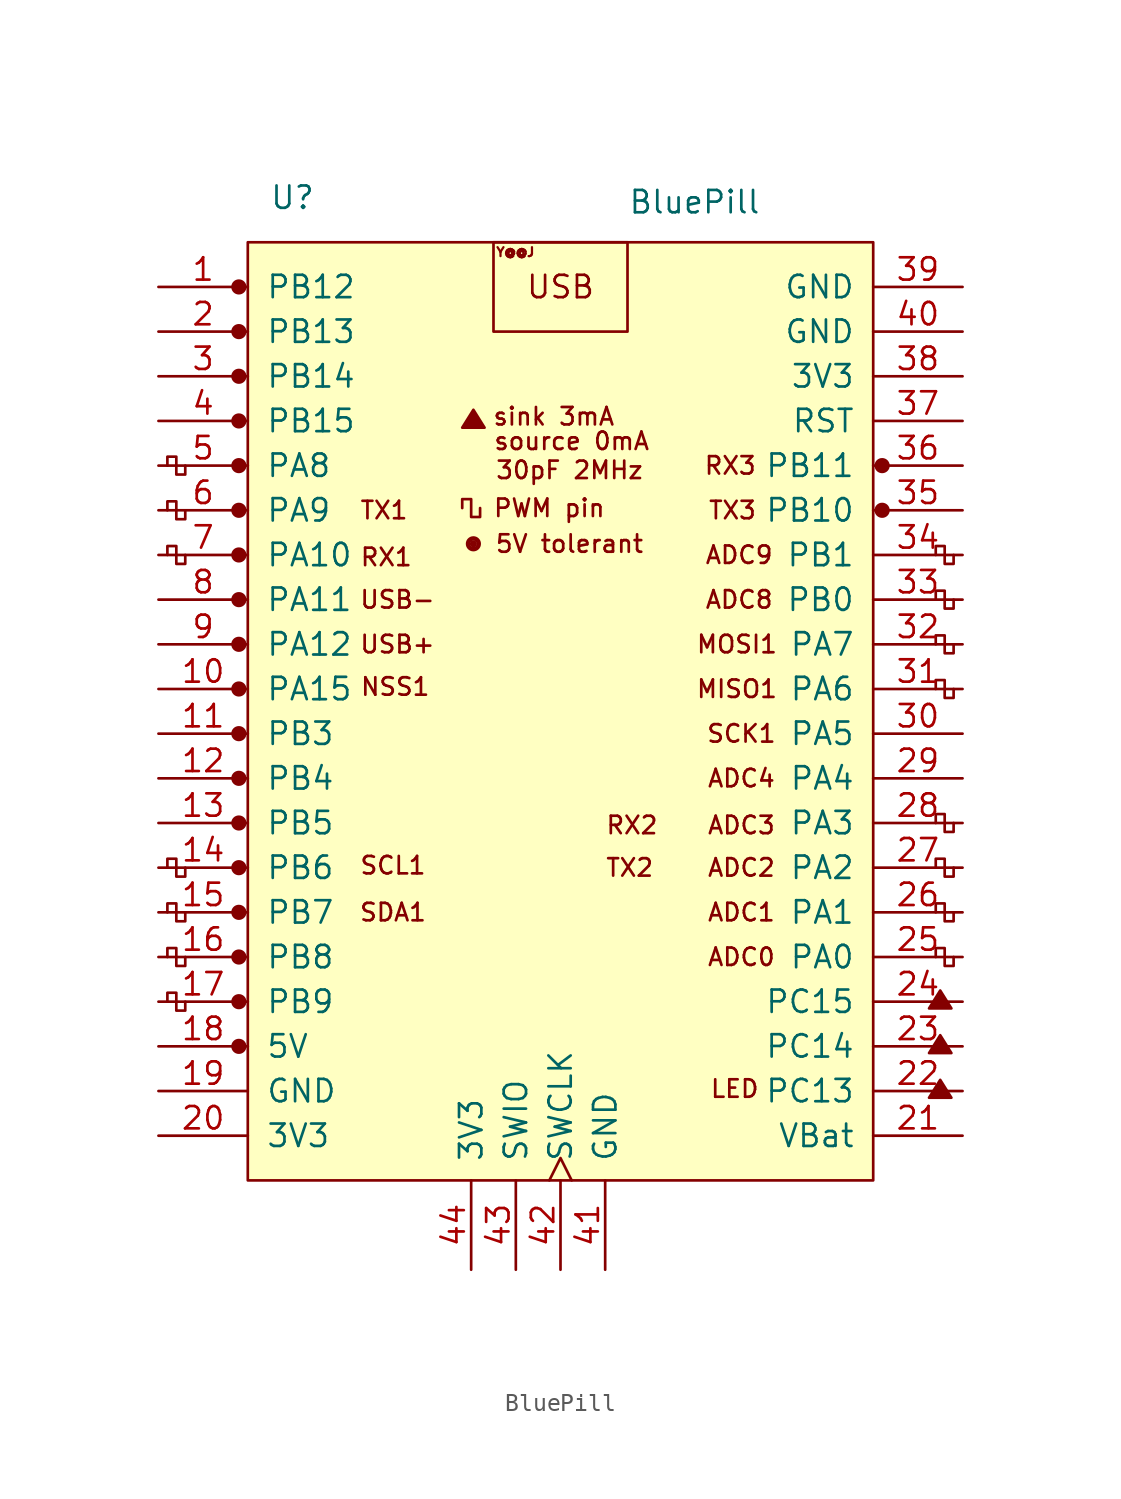
<source format=kicad_sym>
(kicad_symbol_lib
  (version 20241209)
  (generator "kicad_symbol_editor")
  (generator_version "9.0")
  (symbol "BluePill"
    (pin_names
      (offset 1.016))
    (property "Reference" "U"
      (at -15.24 27.94 0)
      (effects (font (size 1.27 1.27))))
    (property "Value" "BluePill"
      (at 7.62 27.686 0)
      (effects (font (size 1.27 1.27))))
    (symbol "BluePill_0_0"
      (circle (center -18.288 22.86) (radius 0.356) (stroke (width 0) (type solid)) (fill (type outline)))
      (circle (center -18.288 17.78) (radius 0.356) (stroke (width 0) (type solid)) (fill (type outline)))
      (circle (center -18.288 15.24) (radius 0.356) (stroke (width 0) (type solid)) (fill (type outline)))
      (circle (center -18.288 12.7) (radius 0.356) (stroke (width 0) (type solid)) (fill (type outline)))
      (circle (center -18.288 10.16) (radius 0.356) (stroke (width 0) (type solid)) (fill (type outline)))
      (circle (center -18.288 7.62) (radius 0.356) (stroke (width 0) (type solid)) (fill (type outline)))
      (circle (center -18.288 5.08) (radius 0.356) (stroke (width 0) (type solid)) (fill (type outline)))
      (circle (center -18.288 2.54) (radius 0.356) (stroke (width 0) (type solid)) (fill (type outline)))
      (circle (center -18.288 0) (radius 0.356) (stroke (width 0) (type solid)) (fill (type outline)))
      (circle (center -18.288 -2.54) (radius 0.356) (stroke (width 0) (type solid)) (fill (type outline)))
      (circle (center -18.288 -5.08) (radius 0.356) (stroke (width 0) (type solid)) (fill (type outline)))
      (circle (center -18.288 -7.62) (radius 0.356) (stroke (width 0) (type solid)) (fill (type outline)))
      (circle (center -18.288 -10.16) (radius 0.356) (stroke (width 0) (type solid)) (fill (type outline)))
      (circle (center -18.288 -12.7) (radius 0.356) (stroke (width 0) (type solid)) (fill (type outline)))
      (circle (center -18.288 -15.24) (radius 0.356) (stroke (width 0) (type solid)) (fill (type outline)))
      (circle (center -18.288 -17.78) (radius 0.356) (stroke (width 0) (type solid)) (fill (type outline)))
      (circle (center -18.288 -20.32) (radius 0.356) (stroke (width 0) (type solid)) (fill (type outline)))
      (polyline (pts (xy -5.588 14.859) (xy -4.953 15.875) (xy -4.318 14.859) (xy -5.588 14.859) (xy -4.953 15.748) (xy -4.445 14.859) (xy -5.461 14.986) (xy -4.953 15.621) (xy -4.572 14.859) (xy -5.334 15.113) (xy -4.826 15.494) (xy -4.699 14.859) (xy -5.207 15.24) (xy -4.699 15.367) (xy -4.826 14.986) (xy -5.08 15.24) (xy -4.826 15.113) (xy -4.953 15.367)) (stroke (width 0) (type solid)) (fill (type none)))
      (circle (center -4.953 8.255) (radius 0.127) (stroke (width 0) (type solid)) (fill (type outline)))
      (circle (center -4.953 8.255) (radius 0.254) (stroke (width 0) (type solid)) (fill (type none)))
      (circle (center -4.953 8.255) (radius 0.356) (stroke (width 0) (type solid)) (fill (type none)))
      (circle (center 18.288 12.7) (radius 0.254) (stroke (width 0) (type solid)) (fill (type outline)))
      (circle (center 18.288 12.7) (radius 0.356) (stroke (width 0) (type solid)) (fill (type none)))
      (circle (center 18.288 10.16) (radius 0.254) (stroke (width 0) (type solid)) (fill (type outline)))
      (circle (center 18.288 10.16) (radius 0.356) (stroke (width 0) (type solid)) (fill (type none)))
      (polyline (pts (xy 20.955 -18.161) (xy 21.59 -17.145) (xy 22.225 -18.161) (xy 20.955 -18.161) (xy 21.59 -17.272) (xy 22.098 -18.161) (xy 21.082 -18.034) (xy 21.59 -17.399) (xy 21.971 -18.161) (xy 21.209 -17.907) (xy 21.717 -17.526) (xy 21.844 -18.161) (xy 21.336 -17.78) (xy 21.844 -17.653) (xy 21.717 -18.034) (xy 21.463 -17.78) (xy 21.717 -17.907) (xy 21.59 -17.653)) (stroke (width 0) (type solid)) (fill (type none)))
      (polyline (pts (xy 20.955 -20.701) (xy 21.59 -19.685) (xy 22.225 -20.701) (xy 20.955 -20.701) (xy 21.59 -19.812) (xy 22.098 -20.701) (xy 21.082 -20.574) (xy 21.59 -19.939) (xy 21.971 -20.701) (xy 21.209 -20.447) (xy 21.717 -20.066) (xy 21.844 -20.701) (xy 21.336 -20.32) (xy 21.844 -20.193) (xy 21.717 -20.574) (xy 21.463 -20.32) (xy 21.717 -20.447) (xy 21.59 -20.193)) (stroke (width 0) (type solid)) (fill (type none)))
      (polyline (pts (xy 20.955 -23.241) (xy 21.59 -22.225) (xy 22.225 -23.241) (xy 20.955 -23.241) (xy 21.59 -22.352) (xy 22.098 -23.241) (xy 21.082 -23.114) (xy 21.59 -22.479) (xy 21.971 -23.241) (xy 21.209 -22.987) (xy 21.717 -22.606) (xy 21.844 -23.241) (xy 21.336 -22.86) (xy 21.844 -22.733) (xy 21.717 -23.114) (xy 21.463 -22.86) (xy 21.717 -22.987) (xy 21.59 -22.733)) (stroke (width 0) (type solid)) (fill (type none)))
      (text "TX1" (at -10.033 10.16 0) (effects (font (size 0.991 0.991))))
      (text "RX1" (at -9.906 7.493 0) (effects (font (size 0.991 0.991))))
      (text "SCL1" (at -9.525 -10.033 0) (effects (font (size 0.991 0.991))))
      (text "SDA1" (at -9.525 -12.7 0) (effects (font (size 0.991 0.991))))
      (text "NSS1" (at -9.398 0.127 0) (effects (font (size 0.991 0.991))))
      (text "USB-" (at -9.271 5.08 0) (effects (font (size 0.991 0.991))))
      (text "USB+" (at -9.271 2.54 0) (effects (font (size 0.991 0.991))))
      (text "Y@@J" (at -2.565 24.841 0) (effects (font (size 0.508 0.508))))
      (text "PWM pin" (at -0.635 10.287 0) (effects (font (size 0.991 0.991))))
      (text "sink 3mA" (at -0.381 15.494 0) (effects (font (size 0.991 0.991))))
      (text "USB" (at 0 22.86 0) (effects (font (size 1.27 1.27))))
      (text "30pF 2MHz" (at 0.508 12.446 0) (effects (font (size 0.991 0.991))))
      (text "5V tolerant" (at 0.508 8.255 0) (effects (font (size 0.991 0.991))))
      (text "source 0mA" (at 0.635 14.097 0) (effects (font (size 0.991 0.991))))
      (text "TX2" (at 3.937 -10.16 0) (effects (font (size 0.991 0.991))))
      (text "RX2" (at 4.064 -7.747 0) (effects (font (size 0.991 0.991))))
      (text "RX3" (at 9.652 12.7 0) (effects (font (size 0.991 0.991))))
      (text "TX3" (at 9.779 10.16 0) (effects (font (size 0.991 0.991))))
      (text "LED" (at 9.906 -22.733 0) (effects (font (size 0.991 0.991))))
      (text "MOSI1" (at 10.033 2.54 0) (effects (font (size 0.991 0.991))))
      (text "MISO1" (at 10.033 0 0) (effects (font (size 0.991 0.991))))
      (text "ADC9" (at 10.16 7.62 0) (effects (font (size 0.991 0.991))))
      (text "ADC8" (at 10.16 5.08 0) (effects (font (size 0.991 0.991))))
      (text "SCK1" (at 10.287 -2.54 0) (effects (font (size 0.991 0.991))))
      (text "ADC4" (at 10.287 -5.08 0) (effects (font (size 0.991 0.991))))
      (text "ADC3" (at 10.287 -7.747 0) (effects (font (size 0.991 0.991))))
      (text "ADC2" (at 10.287 -10.16 0) (effects (font (size 0.991 0.991))))
      (text "ADC1" (at 10.287 -12.7 0) (effects (font (size 0.991 0.991))))
      (text "ADC0" (at 10.287 -15.24 0) (effects (font (size 0.991 0.991)))))
    (symbol "BluePill_0_1"
      (polyline (pts (xy -21.336 12.7) (xy -21.336 12.192) (xy -21.844 12.192) (xy -21.844 13.208) (xy -22.352 13.208) (xy -22.352 12.7)) (stroke (width 0) (type solid)) (fill (type none)))
      (polyline (pts (xy -21.336 10.16) (xy -21.336 9.652) (xy -21.844 9.652) (xy -21.844 10.668) (xy -22.352 10.668) (xy -22.352 10.16)) (stroke (width 0) (type solid)) (fill (type none)))
      (polyline (pts (xy -21.336 7.62) (xy -21.336 7.112) (xy -21.844 7.112) (xy -21.844 8.128) (xy -22.352 8.128) (xy -22.352 7.62)) (stroke (width 0) (type solid)) (fill (type none)))
      (polyline (pts (xy -21.336 -10.16) (xy -21.336 -10.668) (xy -21.844 -10.668) (xy -21.844 -9.652) (xy -22.352 -9.652) (xy -22.352 -10.16)) (stroke (width 0) (type solid)) (fill (type none)))
      (polyline (pts (xy -21.336 -12.7) (xy -21.336 -13.208) (xy -21.844 -13.208) (xy -21.844 -12.192) (xy -22.352 -12.192) (xy -22.352 -12.7)) (stroke (width 0) (type solid)) (fill (type none)))
      (polyline (pts (xy -21.336 -15.24) (xy -21.336 -15.748) (xy -21.844 -15.748) (xy -21.844 -14.732) (xy -22.352 -14.732) (xy -22.352 -15.24)) (stroke (width 0) (type solid)) (fill (type none)))
      (polyline (pts (xy -21.336 -17.78) (xy -21.336 -18.288) (xy -21.844 -18.288) (xy -21.844 -17.272) (xy -22.352 -17.272) (xy -22.352 -17.78)) (stroke (width 0) (type solid)) (fill (type none)))
      (rectangle (start -17.78 25.4) (end 17.78 -27.94) (stroke (width 0) (type solid)) (fill (type background)))
      (polyline (pts (xy -4.572 10.287) (xy -4.572 9.779) (xy -5.08 9.779) (xy -5.08 10.795) (xy -5.588 10.795) (xy -5.588 10.287)) (stroke (width 0) (type solid)) (fill (type none)))
      (rectangle (start 3.81 25.4) (end -3.81 20.32) (stroke (width 0) (type solid)) (fill (type none)))
      (polyline (pts (xy 22.352 7.62) (xy 22.352 7.112) (xy 21.844 7.112) (xy 21.844 8.128) (xy 21.336 8.128) (xy 21.336 7.62)) (stroke (width 0) (type solid)) (fill (type none)))
      (polyline (pts (xy 22.352 5.08) (xy 22.352 4.572) (xy 21.844 4.572) (xy 21.844 5.588) (xy 21.336 5.588) (xy 21.336 5.08)) (stroke (width 0) (type solid)) (fill (type none)))
      (polyline (pts (xy 22.352 2.54) (xy 22.352 2.032) (xy 21.844 2.032) (xy 21.844 3.048) (xy 21.336 3.048) (xy 21.336 2.54)) (stroke (width 0) (type solid)) (fill (type none)))
      (polyline (pts (xy 22.352 0) (xy 22.352 -0.508) (xy 21.844 -0.508) (xy 21.844 0.508) (xy 21.336 0.508) (xy 21.336 0)) (stroke (width 0) (type solid)) (fill (type none)))
      (polyline (pts (xy 22.352 -7.62) (xy 22.352 -8.128) (xy 21.844 -8.128) (xy 21.844 -7.112) (xy 21.336 -7.112) (xy 21.336 -7.62)) (stroke (width 0) (type solid)) (fill (type none)))
      (polyline (pts (xy 22.352 -10.16) (xy 22.352 -10.668) (xy 21.844 -10.668) (xy 21.844 -9.652) (xy 21.336 -9.652) (xy 21.336 -10.16)) (stroke (width 0) (type solid)) (fill (type none)))
      (polyline (pts (xy 22.352 -12.7) (xy 22.352 -13.208) (xy 21.844 -13.208) (xy 21.844 -12.192) (xy 21.336 -12.192) (xy 21.336 -12.7)) (stroke (width 0) (type solid)) (fill (type none)))
      (polyline (pts (xy 22.352 -15.24) (xy 22.352 -15.748) (xy 21.844 -15.748) (xy 21.844 -14.732) (xy 21.336 -14.732) (xy 21.336 -15.24)) (stroke (width 0) (type solid)) (fill (type none))))
    (symbol "BluePill_1_1"
      (circle (center -18.288 20.32) (radius 0.356) (stroke (width 0) (type solid)) (fill (type outline)))
      (pin bidirectional line (at -22.86 22.86 0) (length 5.08) (name "PB12" (effects (font (size 1.27 1.27)))) (number "1" (effects (font (size 1.27 1.27)))))
      (pin bidirectional line (at -22.86 20.32 0) (length 5.08) (name "PB13" (effects (font (size 1.27 1.27)))) (number "2" (effects (font (size 1.27 1.27)))))
      (pin bidirectional line (at -22.86 17.78 0) (length 5.08) (name "PB14" (effects (font (size 1.27 1.27)))) (number "3" (effects (font (size 1.27 1.27)))))
      (pin bidirectional line (at -22.86 15.24 0) (length 5.08) (name "PB15" (effects (font (size 1.27 1.27)))) (number "4" (effects (font (size 1.27 1.27)))))
      (pin bidirectional line (at -22.86 12.7 0) (length 5.08) (name "PA8" (effects (font (size 1.27 1.27)))) (number "5" (effects (font (size 1.27 1.27)))))
      (pin bidirectional line (at -22.86 10.16 0) (length 5.08) (name "PA9" (effects (font (size 1.27 1.27)))) (number "6" (effects (font (size 1.27 1.27)))))
      (pin bidirectional line (at -22.86 7.62 0) (length 5.08) (name "PA10" (effects (font (size 1.27 1.27)))) (number "7" (effects (font (size 1.27 1.27)))))
      (pin bidirectional line (at -22.86 5.08 0) (length 5.08) (name "PA11" (effects (font (size 1.27 1.27)))) (number "8" (effects (font (size 1.27 1.27)))))
      (pin bidirectional line (at -22.86 2.54 0) (length 5.08) (name "PA12" (effects (font (size 1.27 1.27)))) (number "9" (effects (font (size 1.27 1.27)))))
      (pin bidirectional line (at -22.86 0 0) (length 5.08) (name "PA15" (effects (font (size 1.27 1.27)))) (number "10" (effects (font (size 1.27 1.27)))))
      (pin bidirectional line (at -22.86 -2.54 0) (length 5.08) (name "PB3" (effects (font (size 1.27 1.27)))) (number "11" (effects (font (size 1.27 1.27)))))
      (pin bidirectional line (at -22.86 -5.08 0) (length 5.08) (name "PB4" (effects (font (size 1.27 1.27)))) (number "12" (effects (font (size 1.27 1.27)))))
      (pin bidirectional line (at -22.86 -7.62 0) (length 5.08) (name "PB5" (effects (font (size 1.27 1.27)))) (number "13" (effects (font (size 1.27 1.27)))))
      (pin bidirectional line (at -22.86 -10.16 0) (length 5.08) (name "PB6" (effects (font (size 1.27 1.27)))) (number "14" (effects (font (size 1.27 1.27)))))
      (pin bidirectional line (at -22.86 -12.7 0) (length 5.08) (name "PB7" (effects (font (size 1.27 1.27)))) (number "15" (effects (font (size 1.27 1.27)))))
      (pin bidirectional line (at -22.86 -15.24 0) (length 5.08) (name "PB8" (effects (font (size 1.27 1.27)))) (number "16" (effects (font (size 1.27 1.27)))))
      (pin bidirectional line (at -22.86 -17.78 0) (length 5.08) (name "PB9" (effects (font (size 1.27 1.27)))) (number "17" (effects (font (size 1.27 1.27)))))
      (pin power_in line (at -22.86 -20.32 0) (length 5.08) (name "5V" (effects (font (size 1.27 1.27)))) (number "18" (effects (font (size 1.27 1.27)))))
      (pin power_in line (at -22.86 -22.86 0) (length 5.08) (name "GND" (effects (font (size 1.27 1.27)))) (number "19" (effects (font (size 1.27 1.27)))))
      (pin power_in line (at -22.86 -25.4 0) (length 5.08) (name "3V3" (effects (font (size 1.27 1.27)))) (number "20" (effects (font (size 1.27 1.27)))))
      (pin power_in line (at -5.08 -33.02 90) (length 5.08) (name "3V3" (effects (font (size 1.27 1.27)))) (number "44" (effects (font (size 1.27 1.27)))))
      (pin bidirectional line (at -2.54 -33.02 90) (length 5.08) (name "SWIO" (effects (font (size 1.27 1.27)))) (number "43" (effects (font (size 1.27 1.27)))))
      (pin bidirectional clock (at 0 -33.02 90) (length 5.08) (name "SWCLK" (effects (font (size 1.27 1.27)))) (number "42" (effects (font (size 1.27 1.27)))))
      (pin power_in line (at 2.54 -33.02 90) (length 5.08) (name "GND" (effects (font (size 1.27 1.27)))) (number "41" (effects (font (size 1.27 1.27)))))
      (pin power_in line (at 22.86 22.86 180) (length 5.08) (name "GND" (effects (font (size 1.27 1.27)))) (number "39" (effects (font (size 1.27 1.27)))))
      (pin power_in line (at 22.86 20.32 180) (length 5.08) (name "GND" (effects (font (size 1.27 1.27)))) (number "40" (effects (font (size 1.27 1.27)))))
      (pin power_in line (at 22.86 17.78 180) (length 5.08) (name "3V3" (effects (font (size 1.27 1.27)))) (number "38" (effects (font (size 1.27 1.27)))))
      (pin input line (at 22.86 15.24 180) (length 5.08) (name "RST" (effects (font (size 1.27 1.27)))) (number "37" (effects (font (size 1.27 1.27)))))
      (pin bidirectional line (at 22.86 12.7 180) (length 5.08) (name "PB11" (effects (font (size 1.27 1.27)))) (number "36" (effects (font (size 1.27 1.27)))))
      (pin bidirectional line (at 22.86 10.16 180) (length 5.08) (name "PB10" (effects (font (size 1.27 1.27)))) (number "35" (effects (font (size 1.27 1.27)))))
      (pin bidirectional line (at 22.86 7.62 180) (length 5.08) (name "PB1" (effects (font (size 1.27 1.27)))) (number "34" (effects (font (size 1.27 1.27)))))
      (pin bidirectional line (at 22.86 5.08 180) (length 5.08) (name "PB0" (effects (font (size 1.27 1.27)))) (number "33" (effects (font (size 1.27 1.27)))))
      (pin bidirectional line (at 22.86 2.54 180) (length 5.08) (name "PA7" (effects (font (size 1.27 1.27)))) (number "32" (effects (font (size 1.27 1.27)))))
      (pin bidirectional line (at 22.86 0 180) (length 5.08) (name "PA6" (effects (font (size 1.27 1.27)))) (number "31" (effects (font (size 1.27 1.27)))))
      (pin bidirectional line (at 22.86 -2.54 180) (length 5.08) (name "PA5" (effects (font (size 1.27 1.27)))) (number "30" (effects (font (size 1.27 1.27)))))
      (pin bidirectional line (at 22.86 -5.08 180) (length 5.08) (name "PA4" (effects (font (size 1.27 1.27)))) (number "29" (effects (font (size 1.27 1.27)))))
      (pin bidirectional line (at 22.86 -7.62 180) (length 5.08) (name "PA3" (effects (font (size 1.27 1.27)))) (number "28" (effects (font (size 1.27 1.27)))))
      (pin bidirectional line (at 22.86 -10.16 180) (length 5.08) (name "PA2" (effects (font (size 1.27 1.27)))) (number "27" (effects (font (size 1.27 1.27)))))
      (pin bidirectional line (at 22.86 -12.7 180) (length 5.08) (name "PA1" (effects (font (size 1.27 1.27)))) (number "26" (effects (font (size 1.27 1.27)))))
      (pin bidirectional line (at 22.86 -15.24 180) (length 5.08) (name "PA0" (effects (font (size 1.27 1.27)))) (number "25" (effects (font (size 1.27 1.27)))))
      (pin bidirectional line (at 22.86 -17.78 180) (length 5.08) (name "PC15" (effects (font (size 1.27 1.27)))) (number "24" (effects (font (size 1.27 1.27)))))
      (pin bidirectional line (at 22.86 -20.32 180) (length 5.08) (name "PC14" (effects (font (size 1.27 1.27)))) (number "23" (effects (font (size 1.27 1.27)))))
      (pin bidirectional line (at 22.86 -22.86 180) (length 5.08) (name "PC13" (effects (font (size 1.27 1.27)))) (number "22" (effects (font (size 1.27 1.27)))))
      (pin power_in line (at 22.86 -25.4 180) (length 5.08) (name "VBat" (effects (font (size 1.27 1.27)))) (number "21" (effects (font (size 1.27 1.27))))))))
</source>
